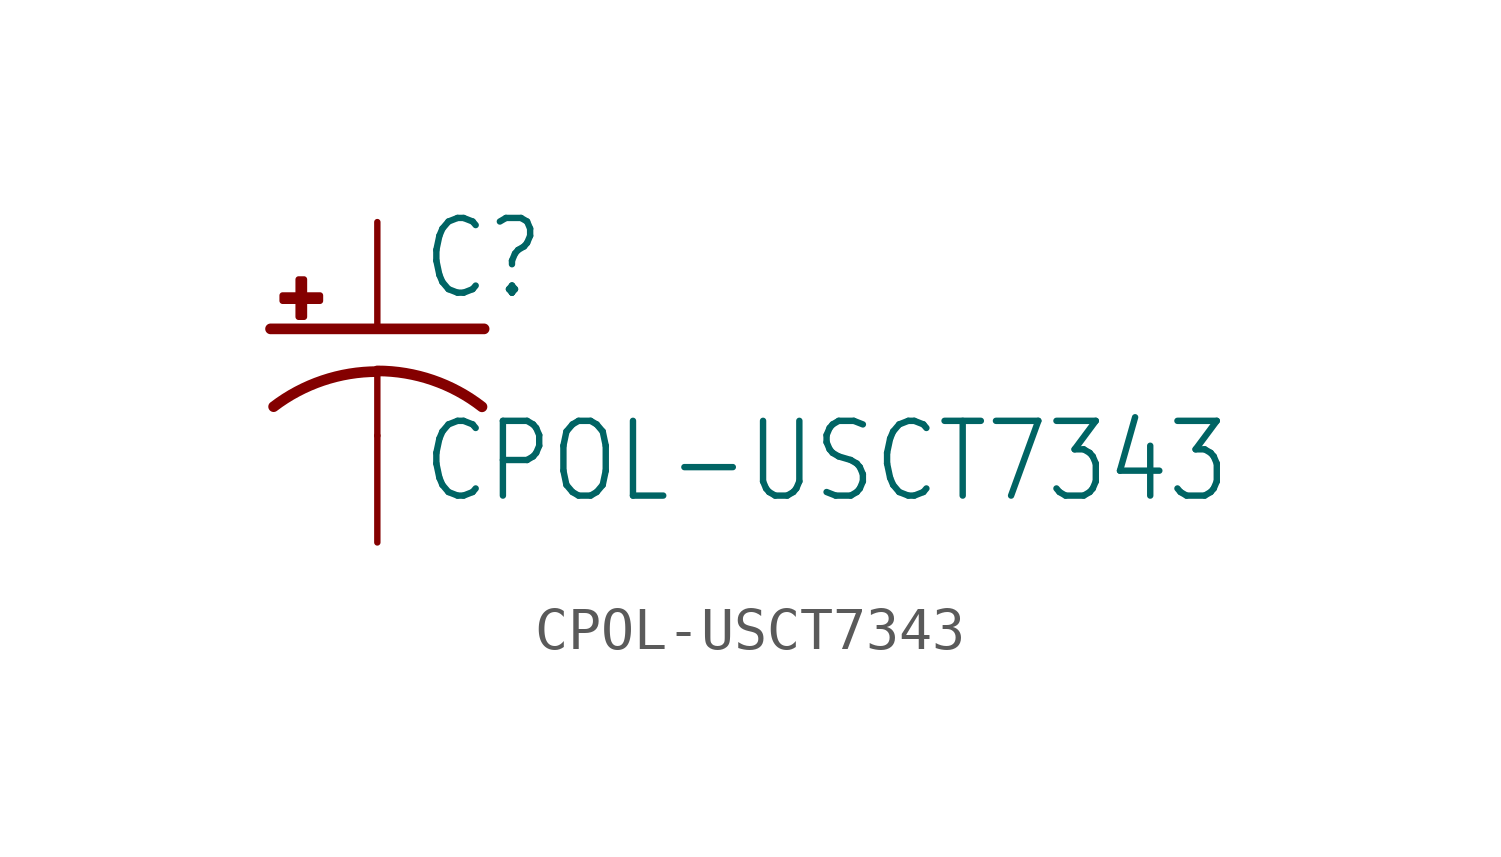
<source format=kicad_sym>
(kicad_symbol_lib
  (version 20220331)
  (generator kicad_symbol_editor)
  (symbol "CPOL-USCT7343"
    (property "Reference" "C"
      (at 1.016 0.635 0)
      (effects (font (size 1.778 1.511)) (justify left bottom)))
    (property "Value" "CPOL-USCT7343"
      (at 1.016 -4.191 0)
      (effects (font (size 1.778 1.511)) (justify left bottom)))
    (property "ki_locked" ""
      (at 0 0 0)
      (effects (font (size 1.27 1.27))))
    (symbol "CPOL-USCT7343_1_0"
      (rectangle (start -2.253 0.668) (end -1.364 0.795) (stroke (width 0) (type default)) (fill (type outline)))
      (rectangle (start -1.872 0.287) (end -1.745 1.176) (stroke (width 0) (type default)) (fill (type outline)))
      (arc (start 0 -1.0161) (mid -1.3021 -1.2302) (end -2.4669 -1.8504) (stroke (width 0.254) (type solid)) (fill (type none)))
      (polyline (pts (xy -2.54 0) (xy 2.54 0)) (stroke (width 0.254) (type solid)) (fill (type none)))
      (polyline (pts (xy 0 -1.016) (xy 0 -2.54)) (stroke (width 0.152) (type solid)) (fill (type none)))
      (arc (start 2.4892 -1.8542) (mid 1.3158 -1.2195) (end 0 -1) (stroke (width 0.254) (type solid)) (fill (type none)))
      (pin passive line (at 0 2.54 270) (length 2.54) (name "+" (effects (font (size 0 0)))) (number "+" (effects (font (size 0 0)))))
      (pin passive line (at 0 -5.08 90) (length 2.54) (name "-" (effects (font (size 0 0)))) (number "-" (effects (font (size 0 0))))))))
</source>
